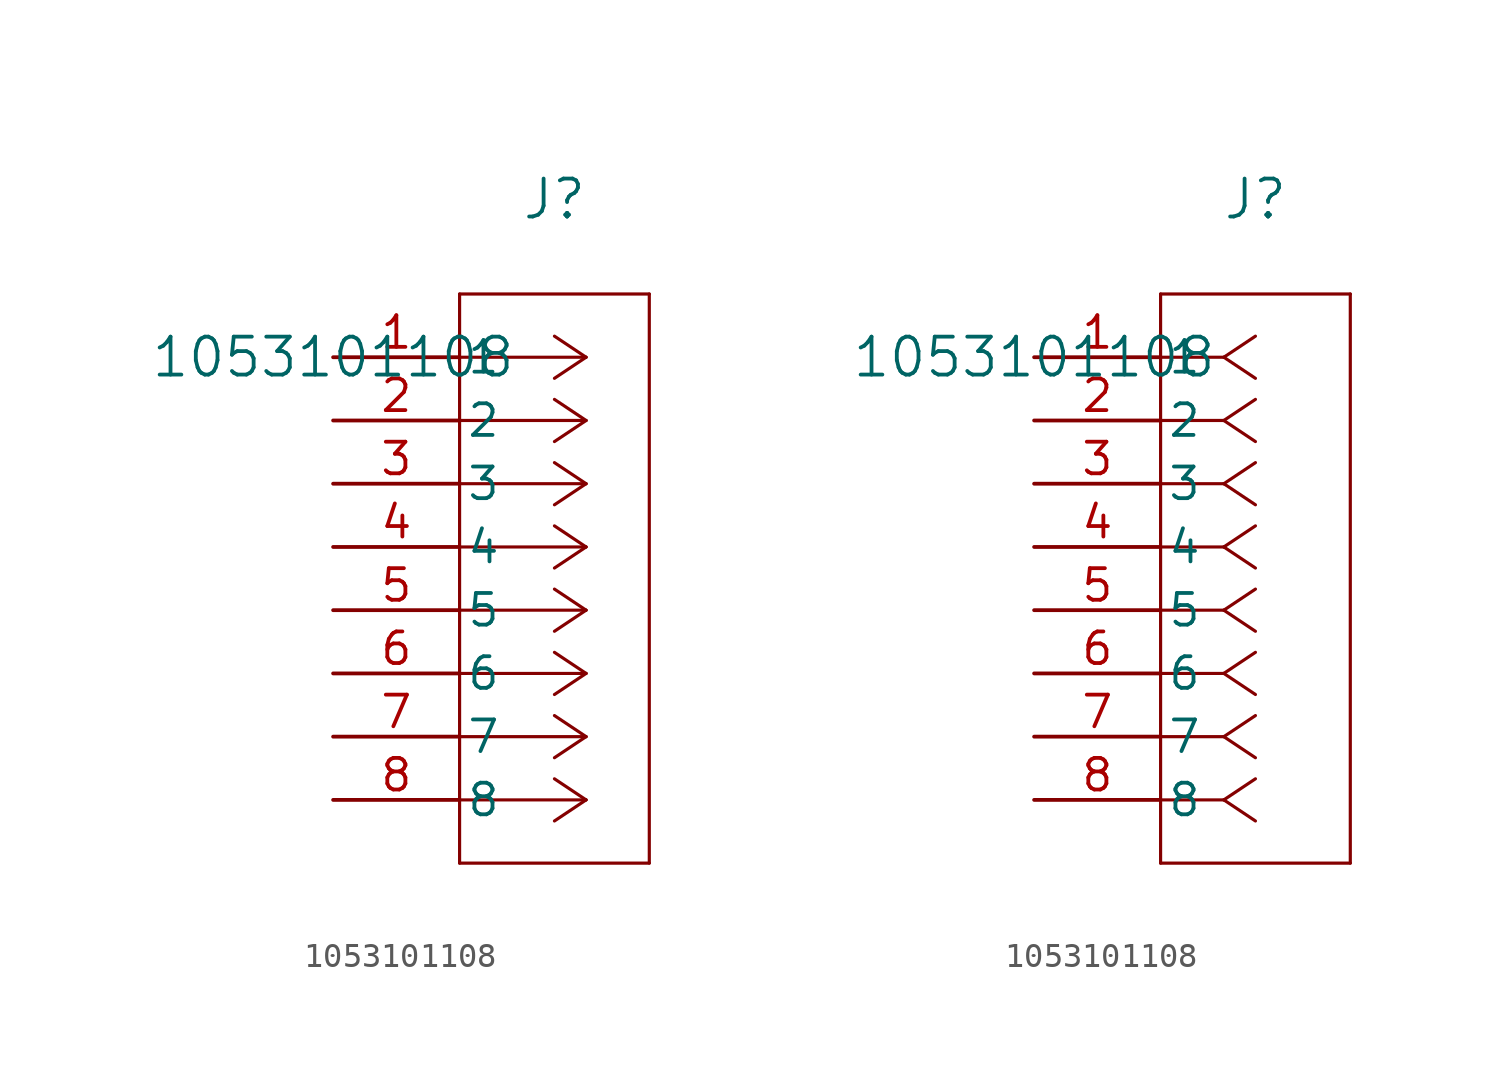
<source format=kicad_sym>
(kicad_symbol_lib
  (version 20211014)
  (generator kicad_symbol_editor)
  (symbol "1053101108"
    (pin_names
      (offset 0.254))
    (property "Reference" "J"
      (at 8.89 6.35 0)
      (effects (font (size 1.524 1.524))))
    (property "Value" "1053101108"
      (at 0 0 0)
      (effects (font (size 1.524 1.524))))
    (symbol "1053101108_1_1"
      (polyline (pts (xy 10.16 0) (xy 5.08 0)) (stroke (width 0.127) (type default) (color 0 0 0 0)) (fill (type none)))
      (polyline (pts (xy 10.16 -2.54) (xy 5.08 -2.54)) (stroke (width 0.127) (type default) (color 0 0 0 0)) (fill (type none)))
      (polyline (pts (xy 10.16 -5.08) (xy 5.08 -5.08)) (stroke (width 0.127) (type default) (color 0 0 0 0)) (fill (type none)))
      (polyline (pts (xy 10.16 -7.62) (xy 5.08 -7.62)) (stroke (width 0.127) (type default) (color 0 0 0 0)) (fill (type none)))
      (polyline (pts (xy 10.16 -10.16) (xy 5.08 -10.16)) (stroke (width 0.127) (type default) (color 0 0 0 0)) (fill (type none)))
      (polyline (pts (xy 10.16 -12.7) (xy 5.08 -12.7)) (stroke (width 0.127) (type default) (color 0 0 0 0)) (fill (type none)))
      (polyline (pts (xy 10.16 -15.24) (xy 5.08 -15.24)) (stroke (width 0.127) (type default) (color 0 0 0 0)) (fill (type none)))
      (polyline (pts (xy 10.16 -17.78) (xy 5.08 -17.78)) (stroke (width 0.127) (type default) (color 0 0 0 0)) (fill (type none)))
      (polyline (pts (xy 10.16 0) (xy 8.89 0.847)) (stroke (width 0.127) (type default) (color 0 0 0 0)) (fill (type none)))
      (polyline (pts (xy 10.16 -2.54) (xy 8.89 -1.693)) (stroke (width 0.127) (type default) (color 0 0 0 0)) (fill (type none)))
      (polyline (pts (xy 10.16 -5.08) (xy 8.89 -4.233)) (stroke (width 0.127) (type default) (color 0 0 0 0)) (fill (type none)))
      (polyline (pts (xy 10.16 -7.62) (xy 8.89 -6.773)) (stroke (width 0.127) (type default) (color 0 0 0 0)) (fill (type none)))
      (polyline (pts (xy 10.16 -10.16) (xy 8.89 -9.313)) (stroke (width 0.127) (type default) (color 0 0 0 0)) (fill (type none)))
      (polyline (pts (xy 10.16 -12.7) (xy 8.89 -11.853)) (stroke (width 0.127) (type default) (color 0 0 0 0)) (fill (type none)))
      (polyline (pts (xy 10.16 -15.24) (xy 8.89 -14.393)) (stroke (width 0.127) (type default) (color 0 0 0 0)) (fill (type none)))
      (polyline (pts (xy 10.16 -17.78) (xy 8.89 -16.933)) (stroke (width 0.127) (type default) (color 0 0 0 0)) (fill (type none)))
      (polyline (pts (xy 10.16 0) (xy 8.89 -0.847)) (stroke (width 0.127) (type default) (color 0 0 0 0)) (fill (type none)))
      (polyline (pts (xy 10.16 -2.54) (xy 8.89 -3.387)) (stroke (width 0.127) (type default) (color 0 0 0 0)) (fill (type none)))
      (polyline (pts (xy 10.16 -5.08) (xy 8.89 -5.927)) (stroke (width 0.127) (type default) (color 0 0 0 0)) (fill (type none)))
      (polyline (pts (xy 10.16 -7.62) (xy 8.89 -8.467)) (stroke (width 0.127) (type default) (color 0 0 0 0)) (fill (type none)))
      (polyline (pts (xy 10.16 -10.16) (xy 8.89 -11.007)) (stroke (width 0.127) (type default) (color 0 0 0 0)) (fill (type none)))
      (polyline (pts (xy 10.16 -12.7) (xy 8.89 -13.547)) (stroke (width 0.127) (type default) (color 0 0 0 0)) (fill (type none)))
      (polyline (pts (xy 10.16 -15.24) (xy 8.89 -16.087)) (stroke (width 0.127) (type default) (color 0 0 0 0)) (fill (type none)))
      (polyline (pts (xy 10.16 -17.78) (xy 8.89 -18.627)) (stroke (width 0.127) (type default) (color 0 0 0 0)) (fill (type none)))
      (polyline (pts (xy 5.08 2.54) (xy 5.08 -20.32)) (stroke (width 0.127) (type default) (color 0 0 0 0)) (fill (type none)))
      (polyline (pts (xy 5.08 -20.32) (xy 12.7 -20.32)) (stroke (width 0.127) (type default) (color 0 0 0 0)) (fill (type none)))
      (polyline (pts (xy 12.7 -20.32) (xy 12.7 2.54)) (stroke (width 0.127) (type default) (color 0 0 0 0)) (fill (type none)))
      (polyline (pts (xy 12.7 2.54) (xy 5.08 2.54)) (stroke (width 0.127) (type default) (color 0 0 0 0)) (fill (type none)))
      (pin unspecified line (at 0 0 0) (length 5.08) (name "1" (effects (font (size 1.27 1.27)))) (number "1" (effects (font (size 1.27 1.27)))))
      (pin unspecified line (at 0 -2.54 0) (length 5.08) (name "2" (effects (font (size 1.27 1.27)))) (number "2" (effects (font (size 1.27 1.27)))))
      (pin unspecified line (at 0 -5.08 0) (length 5.08) (name "3" (effects (font (size 1.27 1.27)))) (number "3" (effects (font (size 1.27 1.27)))))
      (pin unspecified line (at 0 -7.62 0) (length 5.08) (name "4" (effects (font (size 1.27 1.27)))) (number "4" (effects (font (size 1.27 1.27)))))
      (pin unspecified line (at 0 -10.16 0) (length 5.08) (name "5" (effects (font (size 1.27 1.27)))) (number "5" (effects (font (size 1.27 1.27)))))
      (pin unspecified line (at 0 -12.7 0) (length 5.08) (name "6" (effects (font (size 1.27 1.27)))) (number "6" (effects (font (size 1.27 1.27)))))
      (pin unspecified line (at 0 -15.24 0) (length 5.08) (name "7" (effects (font (size 1.27 1.27)))) (number "7" (effects (font (size 1.27 1.27)))))
      (pin unspecified line (at 0 -17.78 0) (length 5.08) (name "8" (effects (font (size 1.27 1.27)))) (number "8" (effects (font (size 1.27 1.27))))))
    (symbol "1053101108_1_2"
      (polyline (pts (xy 7.62 0) (xy 5.08 0)) (stroke (width 0.127) (type default) (color 0 0 0 0)) (fill (type none)))
      (polyline (pts (xy 7.62 -2.54) (xy 5.08 -2.54)) (stroke (width 0.127) (type default) (color 0 0 0 0)) (fill (type none)))
      (polyline (pts (xy 7.62 -5.08) (xy 5.08 -5.08)) (stroke (width 0.127) (type default) (color 0 0 0 0)) (fill (type none)))
      (polyline (pts (xy 7.62 -7.62) (xy 5.08 -7.62)) (stroke (width 0.127) (type default) (color 0 0 0 0)) (fill (type none)))
      (polyline (pts (xy 7.62 -10.16) (xy 5.08 -10.16)) (stroke (width 0.127) (type default) (color 0 0 0 0)) (fill (type none)))
      (polyline (pts (xy 7.62 -12.7) (xy 5.08 -12.7)) (stroke (width 0.127) (type default) (color 0 0 0 0)) (fill (type none)))
      (polyline (pts (xy 7.62 -15.24) (xy 5.08 -15.24)) (stroke (width 0.127) (type default) (color 0 0 0 0)) (fill (type none)))
      (polyline (pts (xy 7.62 -17.78) (xy 5.08 -17.78)) (stroke (width 0.127) (type default) (color 0 0 0 0)) (fill (type none)))
      (polyline (pts (xy 7.62 0) (xy 8.89 0.847)) (stroke (width 0.127) (type default) (color 0 0 0 0)) (fill (type none)))
      (polyline (pts (xy 7.62 -2.54) (xy 8.89 -1.693)) (stroke (width 0.127) (type default) (color 0 0 0 0)) (fill (type none)))
      (polyline (pts (xy 7.62 -5.08) (xy 8.89 -4.233)) (stroke (width 0.127) (type default) (color 0 0 0 0)) (fill (type none)))
      (polyline (pts (xy 7.62 -7.62) (xy 8.89 -6.773)) (stroke (width 0.127) (type default) (color 0 0 0 0)) (fill (type none)))
      (polyline (pts (xy 7.62 -10.16) (xy 8.89 -9.313)) (stroke (width 0.127) (type default) (color 0 0 0 0)) (fill (type none)))
      (polyline (pts (xy 7.62 -12.7) (xy 8.89 -11.853)) (stroke (width 0.127) (type default) (color 0 0 0 0)) (fill (type none)))
      (polyline (pts (xy 7.62 -15.24) (xy 8.89 -14.393)) (stroke (width 0.127) (type default) (color 0 0 0 0)) (fill (type none)))
      (polyline (pts (xy 7.62 -17.78) (xy 8.89 -16.933)) (stroke (width 0.127) (type default) (color 0 0 0 0)) (fill (type none)))
      (polyline (pts (xy 7.62 0) (xy 8.89 -0.847)) (stroke (width 0.127) (type default) (color 0 0 0 0)) (fill (type none)))
      (polyline (pts (xy 7.62 -2.54) (xy 8.89 -3.387)) (stroke (width 0.127) (type default) (color 0 0 0 0)) (fill (type none)))
      (polyline (pts (xy 7.62 -5.08) (xy 8.89 -5.927)) (stroke (width 0.127) (type default) (color 0 0 0 0)) (fill (type none)))
      (polyline (pts (xy 7.62 -7.62) (xy 8.89 -8.467)) (stroke (width 0.127) (type default) (color 0 0 0 0)) (fill (type none)))
      (polyline (pts (xy 7.62 -10.16) (xy 8.89 -11.007)) (stroke (width 0.127) (type default) (color 0 0 0 0)) (fill (type none)))
      (polyline (pts (xy 7.62 -12.7) (xy 8.89 -13.547)) (stroke (width 0.127) (type default) (color 0 0 0 0)) (fill (type none)))
      (polyline (pts (xy 7.62 -15.24) (xy 8.89 -16.087)) (stroke (width 0.127) (type default) (color 0 0 0 0)) (fill (type none)))
      (polyline (pts (xy 7.62 -17.78) (xy 8.89 -18.627)) (stroke (width 0.127) (type default) (color 0 0 0 0)) (fill (type none)))
      (polyline (pts (xy 5.08 2.54) (xy 5.08 -20.32)) (stroke (width 0.127) (type default) (color 0 0 0 0)) (fill (type none)))
      (polyline (pts (xy 5.08 -20.32) (xy 12.7 -20.32)) (stroke (width 0.127) (type default) (color 0 0 0 0)) (fill (type none)))
      (polyline (pts (xy 12.7 -20.32) (xy 12.7 2.54)) (stroke (width 0.127) (type default) (color 0 0 0 0)) (fill (type none)))
      (polyline (pts (xy 12.7 2.54) (xy 5.08 2.54)) (stroke (width 0.127) (type default) (color 0 0 0 0)) (fill (type none)))
      (pin unspecified line (at 0 0 0) (length 5.08) (name "1" (effects (font (size 1.27 1.27)))) (number "1" (effects (font (size 1.27 1.27)))))
      (pin unspecified line (at 0 -2.54 0) (length 5.08) (name "2" (effects (font (size 1.27 1.27)))) (number "2" (effects (font (size 1.27 1.27)))))
      (pin unspecified line (at 0 -5.08 0) (length 5.08) (name "3" (effects (font (size 1.27 1.27)))) (number "3" (effects (font (size 1.27 1.27)))))
      (pin unspecified line (at 0 -7.62 0) (length 5.08) (name "4" (effects (font (size 1.27 1.27)))) (number "4" (effects (font (size 1.27 1.27)))))
      (pin unspecified line (at 0 -10.16 0) (length 5.08) (name "5" (effects (font (size 1.27 1.27)))) (number "5" (effects (font (size 1.27 1.27)))))
      (pin unspecified line (at 0 -12.7 0) (length 5.08) (name "6" (effects (font (size 1.27 1.27)))) (number "6" (effects (font (size 1.27 1.27)))))
      (pin unspecified line (at 0 -15.24 0) (length 5.08) (name "7" (effects (font (size 1.27 1.27)))) (number "7" (effects (font (size 1.27 1.27)))))
      (pin unspecified line (at 0 -17.78 0) (length 5.08) (name "8" (effects (font (size 1.27 1.27)))) (number "8" (effects (font (size 1.27 1.27))))))))
</source>
